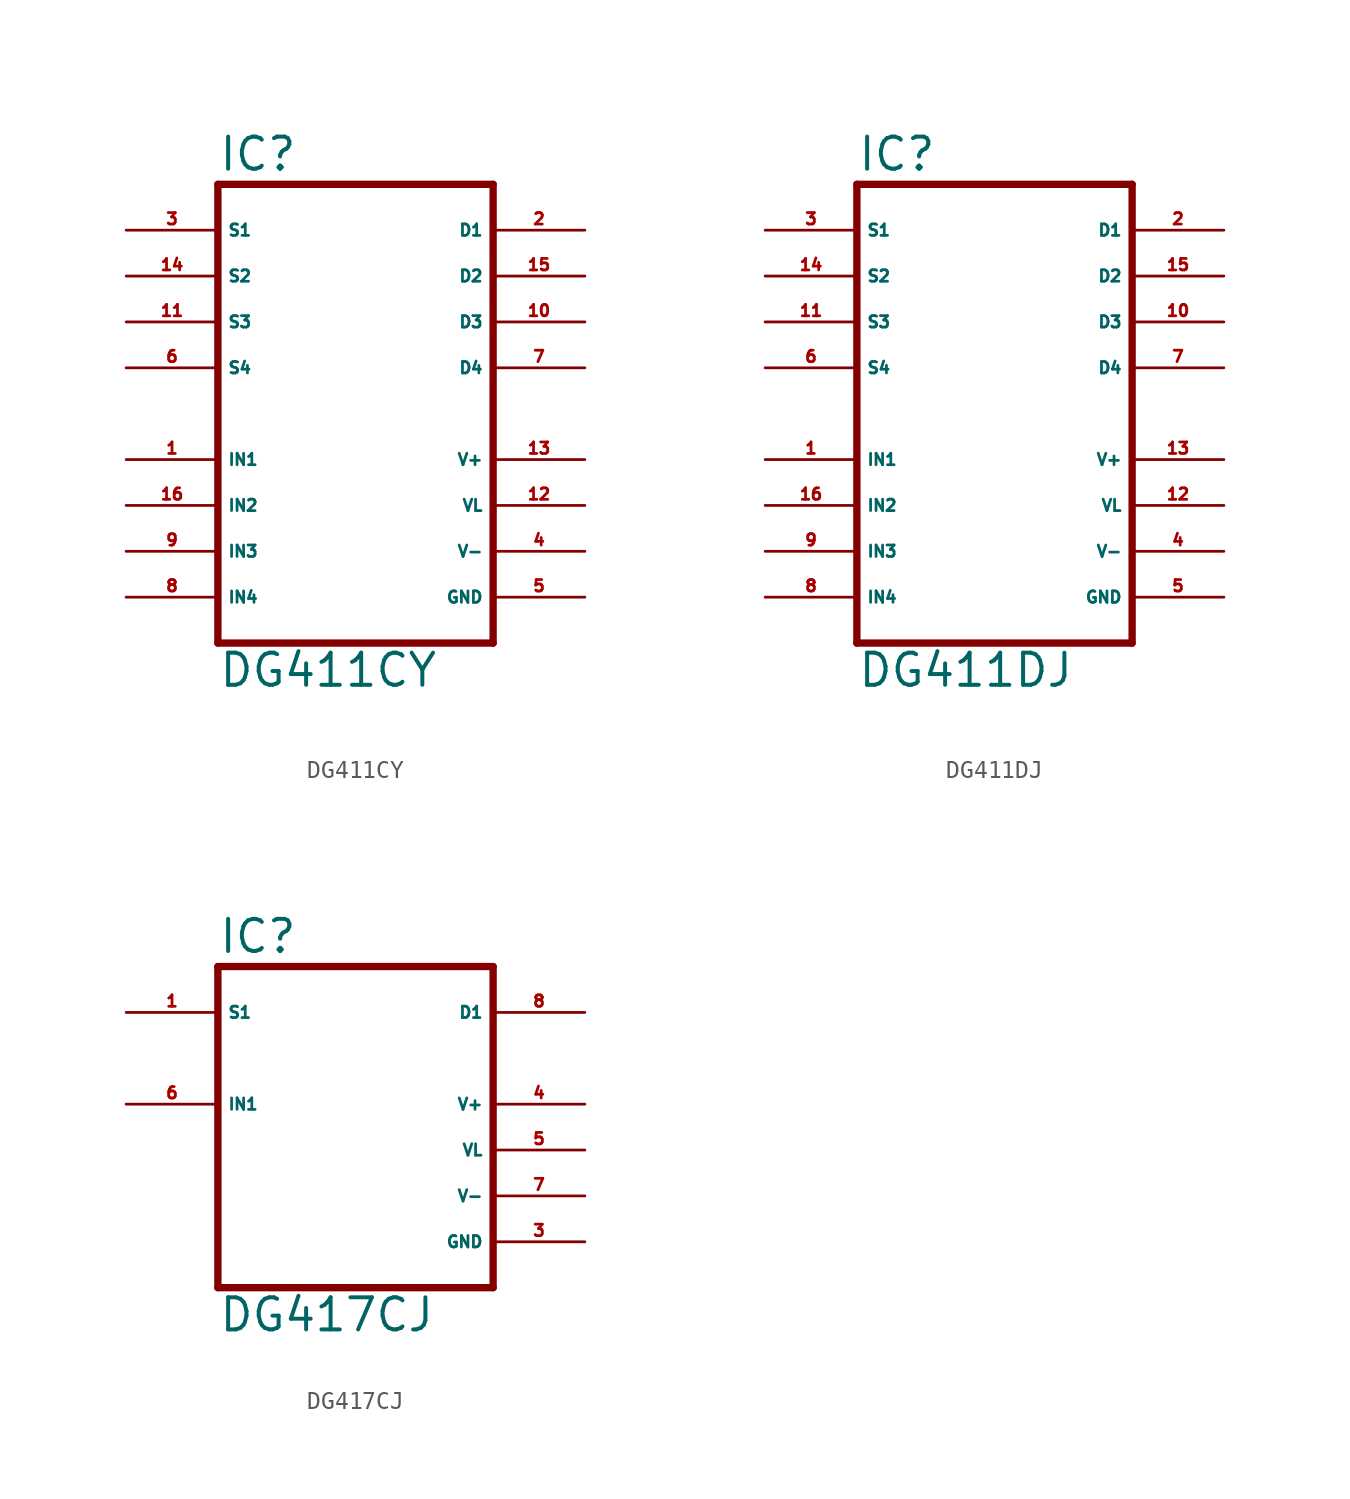
<source format=kicad_sym>
(kicad_symbol_lib
  (version 20220914)
  (generator Eagle2Kicad)
  (symbol "DG411CY"
    (property "Reference" "IC"
      (at -7.62 13.335 0)
      (effects (font (size 1.778 1.778) (thickness 0.22)) (justify left bottom)))
    (property "Value" "DG411CY"
      (at -7.62 -15.24 0)
      (effects (font (size 1.778 1.778) (thickness 0.22)) (justify left bottom)))
    (polyline
      (pts (xy 7.62 -12.7) (xy -7.62 -12.7))
      (stroke (width 0.406) (type default))
      (fill (type none)))
    (polyline
      (pts (xy -7.62 12.7) (xy -7.62 -12.7))
      (stroke (width 0.406) (type default))
      (fill (type none)))
    (polyline
      (pts (xy -7.62 12.7) (xy 7.62 12.7))
      (stroke (width 0.406) (type default))
      (fill (type none)))
    (polyline
      (pts (xy 7.62 -12.7) (xy 7.62 12.7))
      (stroke (width 0.406) (type default))
      (fill (type none)))
    (pin input line
      (at -12.7 -2.54 0)
      (length 5.08)
      (name "IN1" (effects (font (size 0.635 0.635) (thickness 0.08)) (justify left bottom)))
      (number "1" (effects (font (size 0.635 0.635) (thickness 0.08)) (justify left bottom))))
    (pin input line
      (at -12.7 -5.08 0)
      (length 5.08)
      (name "IN2" (effects (font (size 0.635 0.635) (thickness 0.08)) (justify left bottom)))
      (number "16" (effects (font (size 0.635 0.635) (thickness 0.08)) (justify left bottom))))
    (pin passive line
      (at -12.7 10.16 0)
      (length 5.08)
      (name "S1" (effects (font (size 0.635 0.635) (thickness 0.08)) (justify left bottom)))
      (number "3" (effects (font (size 0.635 0.635) (thickness 0.08)) (justify left bottom))))
    (pin passive line
      (at -12.7 7.62 0)
      (length 5.08)
      (name "S2" (effects (font (size 0.635 0.635) (thickness 0.08)) (justify left bottom)))
      (number "14" (effects (font (size 0.635 0.635) (thickness 0.08)) (justify left bottom))))
    (pin passive line
      (at -12.7 5.08 0)
      (length 5.08)
      (name "S3" (effects (font (size 0.635 0.635) (thickness 0.08)) (justify left bottom)))
      (number "11" (effects (font (size 0.635 0.635) (thickness 0.08)) (justify left bottom))))
    (pin passive line
      (at 12.7 10.16 180)
      (length 5.08)
      (name "D1" (effects (font (size 0.635 0.635) (thickness 0.08)) (justify left bottom)))
      (number "2" (effects (font (size 0.635 0.635) (thickness 0.08)) (justify left bottom))))
    (pin passive line
      (at 12.7 7.62 180)
      (length 5.08)
      (name "D2" (effects (font (size 0.635 0.635) (thickness 0.08)) (justify left bottom)))
      (number "15" (effects (font (size 0.635 0.635) (thickness 0.08)) (justify left bottom))))
    (pin passive line
      (at 12.7 5.08 180)
      (length 5.08)
      (name "D3" (effects (font (size 0.635 0.635) (thickness 0.08)) (justify left bottom)))
      (number "10" (effects (font (size 0.635 0.635) (thickness 0.08)) (justify left bottom))))
    (pin unspecified line
      (at 12.7 -10.16 180)
      (length 5.08)
      (name "GND" (effects (font (size 0.635 0.635) (thickness 0.08)) (justify left bottom)))
      (number "5" (effects (font (size 0.635 0.635) (thickness 0.08)) (justify left bottom))))
    (pin unspecified line
      (at 12.7 -7.62 180)
      (length 5.08)
      (name "V-" (effects (font (size 0.635 0.635) (thickness 0.08)) (justify left bottom)))
      (number "4" (effects (font (size 0.635 0.635) (thickness 0.08)) (justify left bottom))))
    (pin unspecified line
      (at 12.7 -2.54 180)
      (length 5.08)
      (name "V+" (effects (font (size 0.635 0.635) (thickness 0.08)) (justify left bottom)))
      (number "13" (effects (font (size 0.635 0.635) (thickness 0.08)) (justify left bottom))))
    (pin unspecified line
      (at 12.7 -5.08 180)
      (length 5.08)
      (name "VL" (effects (font (size 0.635 0.635) (thickness 0.08)) (justify left bottom)))
      (number "12" (effects (font (size 0.635 0.635) (thickness 0.08)) (justify left bottom))))
    (pin passive line
      (at 12.7 2.54 180)
      (length 5.08)
      (name "D4" (effects (font (size 0.635 0.635) (thickness 0.08)) (justify left bottom)))
      (number "7" (effects (font (size 0.635 0.635) (thickness 0.08)) (justify left bottom))))
    (pin passive line
      (at -12.7 2.54 0)
      (length 5.08)
      (name "S4" (effects (font (size 0.635 0.635) (thickness 0.08)) (justify left bottom)))
      (number "6" (effects (font (size 0.635 0.635) (thickness 0.08)) (justify left bottom))))
    (pin input line
      (at -12.7 -7.62 0)
      (length 5.08)
      (name "IN3" (effects (font (size 0.635 0.635) (thickness 0.08)) (justify left bottom)))
      (number "9" (effects (font (size 0.635 0.635) (thickness 0.08)) (justify left bottom))))
    (pin input line
      (at -12.7 -10.16 0)
      (length 5.08)
      (name "IN4" (effects (font (size 0.635 0.635) (thickness 0.08)) (justify left bottom)))
      (number "8" (effects (font (size 0.635 0.635) (thickness 0.08)) (justify left bottom)))))
  (symbol "DG411DJ"
    (property "Reference" "IC"
      (at -7.62 13.335 0)
      (effects (font (size 1.778 1.778) (thickness 0.22)) (justify left bottom)))
    (property "Value" "DG411DJ"
      (at -7.62 -15.24 0)
      (effects (font (size 1.778 1.778) (thickness 0.22)) (justify left bottom)))
    (polyline
      (pts (xy 7.62 -12.7) (xy -7.62 -12.7))
      (stroke (width 0.406) (type default))
      (fill (type none)))
    (polyline
      (pts (xy -7.62 12.7) (xy -7.62 -12.7))
      (stroke (width 0.406) (type default))
      (fill (type none)))
    (polyline
      (pts (xy -7.62 12.7) (xy 7.62 12.7))
      (stroke (width 0.406) (type default))
      (fill (type none)))
    (polyline
      (pts (xy 7.62 -12.7) (xy 7.62 12.7))
      (stroke (width 0.406) (type default))
      (fill (type none)))
    (pin input line
      (at -12.7 -2.54 0)
      (length 5.08)
      (name "IN1" (effects (font (size 0.635 0.635) (thickness 0.08)) (justify left bottom)))
      (number "1" (effects (font (size 0.635 0.635) (thickness 0.08)) (justify left bottom))))
    (pin input line
      (at -12.7 -5.08 0)
      (length 5.08)
      (name "IN2" (effects (font (size 0.635 0.635) (thickness 0.08)) (justify left bottom)))
      (number "16" (effects (font (size 0.635 0.635) (thickness 0.08)) (justify left bottom))))
    (pin passive line
      (at -12.7 10.16 0)
      (length 5.08)
      (name "S1" (effects (font (size 0.635 0.635) (thickness 0.08)) (justify left bottom)))
      (number "3" (effects (font (size 0.635 0.635) (thickness 0.08)) (justify left bottom))))
    (pin passive line
      (at -12.7 7.62 0)
      (length 5.08)
      (name "S2" (effects (font (size 0.635 0.635) (thickness 0.08)) (justify left bottom)))
      (number "14" (effects (font (size 0.635 0.635) (thickness 0.08)) (justify left bottom))))
    (pin passive line
      (at -12.7 5.08 0)
      (length 5.08)
      (name "S3" (effects (font (size 0.635 0.635) (thickness 0.08)) (justify left bottom)))
      (number "11" (effects (font (size 0.635 0.635) (thickness 0.08)) (justify left bottom))))
    (pin passive line
      (at 12.7 10.16 180)
      (length 5.08)
      (name "D1" (effects (font (size 0.635 0.635) (thickness 0.08)) (justify left bottom)))
      (number "2" (effects (font (size 0.635 0.635) (thickness 0.08)) (justify left bottom))))
    (pin passive line
      (at 12.7 7.62 180)
      (length 5.08)
      (name "D2" (effects (font (size 0.635 0.635) (thickness 0.08)) (justify left bottom)))
      (number "15" (effects (font (size 0.635 0.635) (thickness 0.08)) (justify left bottom))))
    (pin passive line
      (at 12.7 5.08 180)
      (length 5.08)
      (name "D3" (effects (font (size 0.635 0.635) (thickness 0.08)) (justify left bottom)))
      (number "10" (effects (font (size 0.635 0.635) (thickness 0.08)) (justify left bottom))))
    (pin unspecified line
      (at 12.7 -10.16 180)
      (length 5.08)
      (name "GND" (effects (font (size 0.635 0.635) (thickness 0.08)) (justify left bottom)))
      (number "5" (effects (font (size 0.635 0.635) (thickness 0.08)) (justify left bottom))))
    (pin unspecified line
      (at 12.7 -7.62 180)
      (length 5.08)
      (name "V-" (effects (font (size 0.635 0.635) (thickness 0.08)) (justify left bottom)))
      (number "4" (effects (font (size 0.635 0.635) (thickness 0.08)) (justify left bottom))))
    (pin unspecified line
      (at 12.7 -2.54 180)
      (length 5.08)
      (name "V+" (effects (font (size 0.635 0.635) (thickness 0.08)) (justify left bottom)))
      (number "13" (effects (font (size 0.635 0.635) (thickness 0.08)) (justify left bottom))))
    (pin unspecified line
      (at 12.7 -5.08 180)
      (length 5.08)
      (name "VL" (effects (font (size 0.635 0.635) (thickness 0.08)) (justify left bottom)))
      (number "12" (effects (font (size 0.635 0.635) (thickness 0.08)) (justify left bottom))))
    (pin passive line
      (at 12.7 2.54 180)
      (length 5.08)
      (name "D4" (effects (font (size 0.635 0.635) (thickness 0.08)) (justify left bottom)))
      (number "7" (effects (font (size 0.635 0.635) (thickness 0.08)) (justify left bottom))))
    (pin passive line
      (at -12.7 2.54 0)
      (length 5.08)
      (name "S4" (effects (font (size 0.635 0.635) (thickness 0.08)) (justify left bottom)))
      (number "6" (effects (font (size 0.635 0.635) (thickness 0.08)) (justify left bottom))))
    (pin input line
      (at -12.7 -7.62 0)
      (length 5.08)
      (name "IN3" (effects (font (size 0.635 0.635) (thickness 0.08)) (justify left bottom)))
      (number "9" (effects (font (size 0.635 0.635) (thickness 0.08)) (justify left bottom))))
    (pin input line
      (at -12.7 -10.16 0)
      (length 5.08)
      (name "IN4" (effects (font (size 0.635 0.635) (thickness 0.08)) (justify left bottom)))
      (number "8" (effects (font (size 0.635 0.635) (thickness 0.08)) (justify left bottom)))))
  (symbol "DG417CJ"
    (property "Reference" "IC"
      (at -7.62 8.255 0)
      (effects (font (size 1.778 1.778) (thickness 0.22)) (justify left bottom)))
    (property "Value" "DG417CJ"
      (at -7.62 -12.7 0)
      (effects (font (size 1.778 1.778) (thickness 0.22)) (justify left bottom)))
    (polyline
      (pts (xy 7.62 -10.16) (xy -7.62 -10.16))
      (stroke (width 0.406) (type default))
      (fill (type none)))
    (polyline
      (pts (xy -7.62 7.62) (xy -7.62 -10.16))
      (stroke (width 0.406) (type default))
      (fill (type none)))
    (polyline
      (pts (xy -7.62 7.62) (xy 7.62 7.62))
      (stroke (width 0.406) (type default))
      (fill (type none)))
    (polyline
      (pts (xy 7.62 -10.16) (xy 7.62 7.62))
      (stroke (width 0.406) (type default))
      (fill (type none)))
    (pin input line
      (at -12.7 0 0)
      (length 5.08)
      (name "IN1" (effects (font (size 0.635 0.635) (thickness 0.08)) (justify left bottom)))
      (number "6" (effects (font (size 0.635 0.635) (thickness 0.08)) (justify left bottom))))
    (pin passive line
      (at -12.7 5.08 0)
      (length 5.08)
      (name "S1" (effects (font (size 0.635 0.635) (thickness 0.08)) (justify left bottom)))
      (number "1" (effects (font (size 0.635 0.635) (thickness 0.08)) (justify left bottom))))
    (pin passive line
      (at 12.7 5.08 180)
      (length 5.08)
      (name "D1" (effects (font (size 0.635 0.635) (thickness 0.08)) (justify left bottom)))
      (number "8" (effects (font (size 0.635 0.635) (thickness 0.08)) (justify left bottom))))
    (pin unspecified line
      (at 12.7 -7.62 180)
      (length 5.08)
      (name "GND" (effects (font (size 0.635 0.635) (thickness 0.08)) (justify left bottom)))
      (number "3" (effects (font (size 0.635 0.635) (thickness 0.08)) (justify left bottom))))
    (pin unspecified line
      (at 12.7 -5.08 180)
      (length 5.08)
      (name "V-" (effects (font (size 0.635 0.635) (thickness 0.08)) (justify left bottom)))
      (number "7" (effects (font (size 0.635 0.635) (thickness 0.08)) (justify left bottom))))
    (pin unspecified line
      (at 12.7 0 180)
      (length 5.08)
      (name "V+" (effects (font (size 0.635 0.635) (thickness 0.08)) (justify left bottom)))
      (number "4" (effects (font (size 0.635 0.635) (thickness 0.08)) (justify left bottom))))
    (pin unspecified line
      (at 12.7 -2.54 180)
      (length 5.08)
      (name "VL" (effects (font (size 0.635 0.635) (thickness 0.08)) (justify left bottom)))
      (number "5" (effects (font (size 0.635 0.635) (thickness 0.08)) (justify left bottom))))))
</source>
